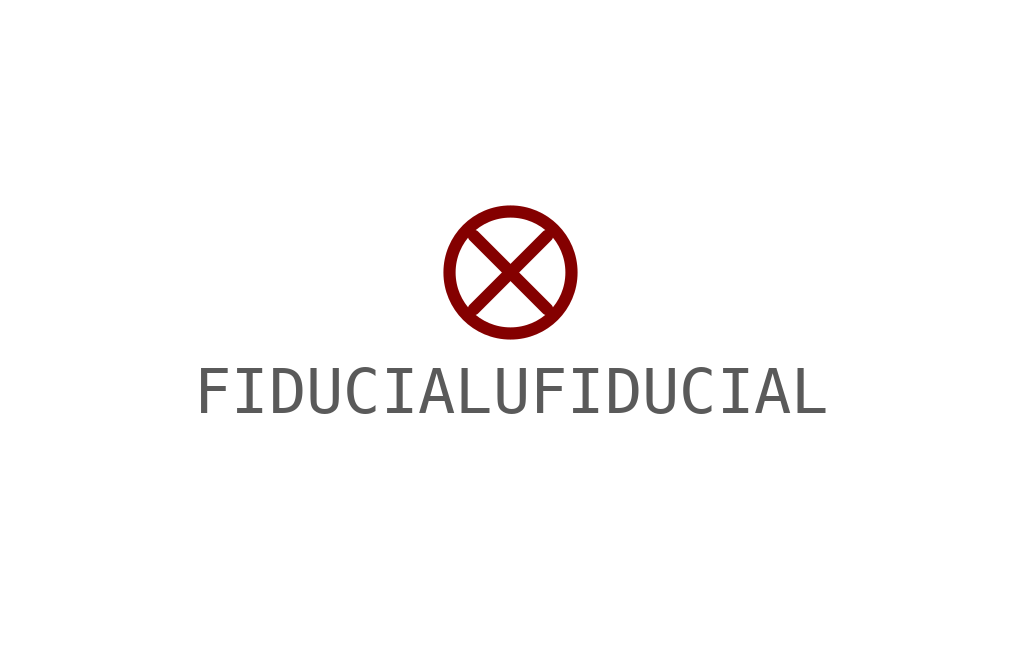
<source format=kicad_sym>
(kicad_symbol_lib
  (version 20211014)
  (generator kicad_symbol_editor)
  (symbol "FIDUCIALUFIDUCIAL"
    (property "Reference" "JP"
      (at 0 0 0)
      (effects (font (size 1.27 1.27)) hide))
    (property "ki_locked" ""
      (at 0 0 0)
      (effects (font (size 1.27 1.27))))
    (symbol "FIDUCIALUFIDUCIAL_1_0"
      (polyline (pts (xy -0.762 0.762) (xy 0.762 -0.762)) (stroke (width 0.254) (type default) (color 0 0 0 0)) (fill (type none)))
      (polyline (pts (xy 0.762 0.762) (xy -0.762 -0.762)) (stroke (width 0.254) (type default) (color 0 0 0 0)) (fill (type none)))
      (circle (center 0 0) (radius 1.27) (stroke (width 0.254) (type default) (color 0 0 0 0)) (fill (type none))))))
</source>
